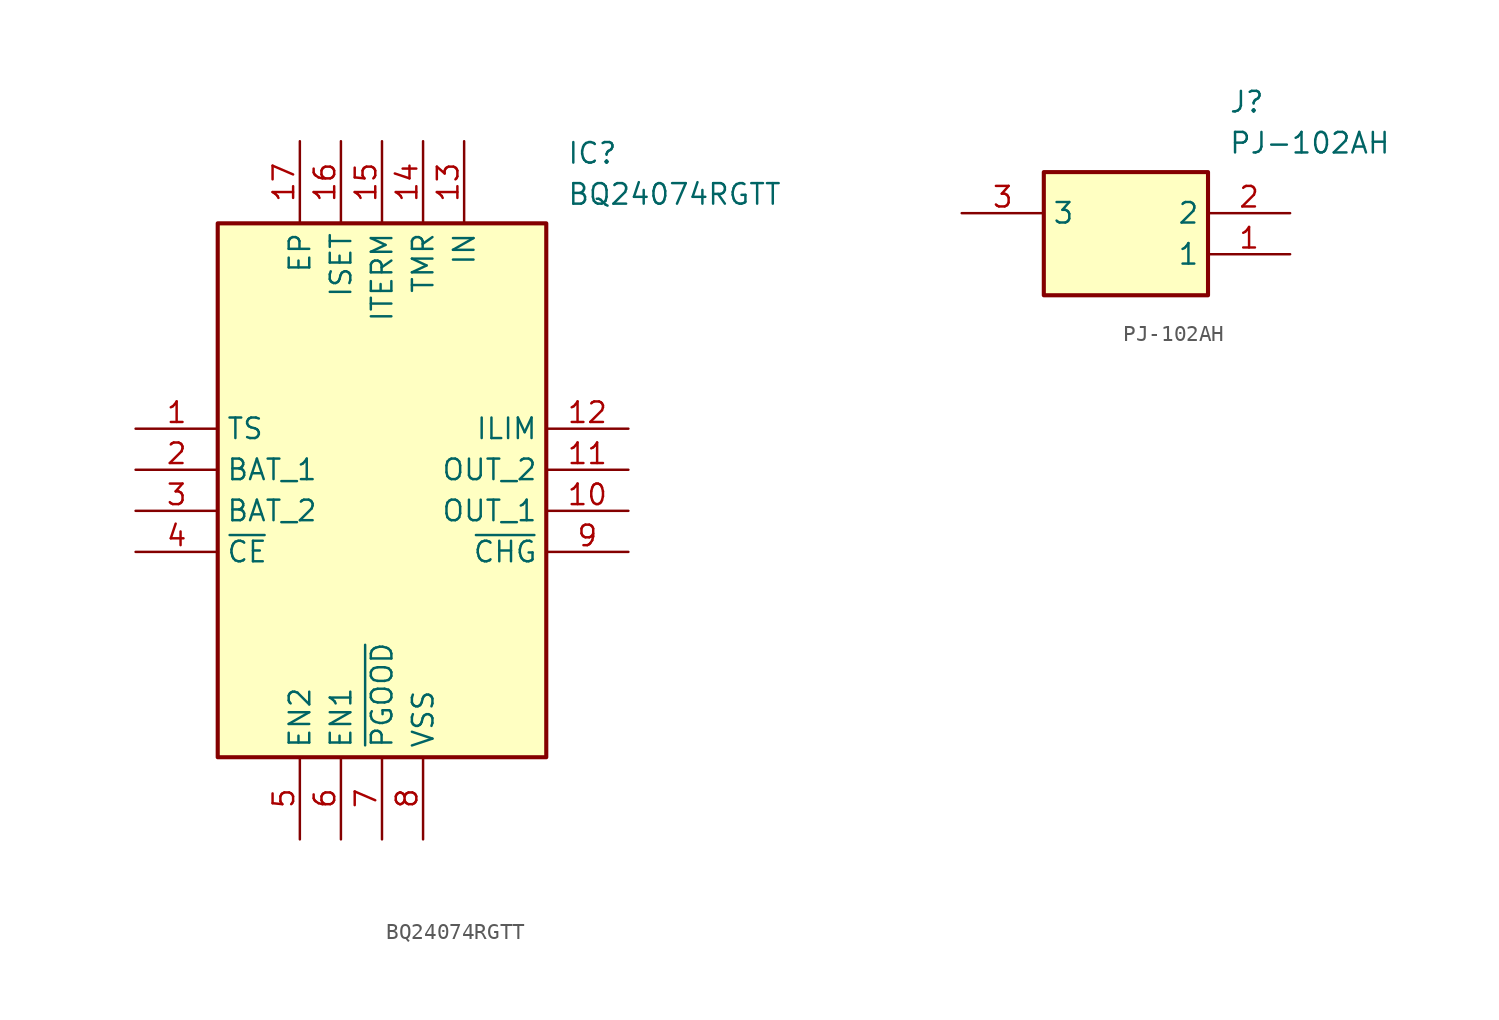
<source format=kicad_sym>
(kicad_symbol_lib
  (version 20220914)
  (generator kicad_symbol_editor)
  (symbol "BQ24074RGTT"
    (property "Reference" "IC"
      (at 26.67 17.78 0)
      (effects (font (size 1.27 1.27)) (justify left top)))
    (property "Value" "BQ24074RGTT"
      (at 26.67 15.24 0)
      (effects (font (size 1.27 1.27)) (justify left top)))
    (symbol "BQ24074RGTT_1_1"
      (rectangle (start 5.08 12.7) (end 25.4 -20.32) (stroke (width 0.254) (type default)) (fill (type background)))
      (pin passive line (at 0 0 0) (length 5.08) (name "TS" (effects (font (size 1.27 1.27)))) (number "1" (effects (font (size 1.27 1.27)))))
      (pin passive line (at 30.48 -5.08 180) (length 5.08) (name "OUT_1" (effects (font (size 1.27 1.27)))) (number "10" (effects (font (size 1.27 1.27)))))
      (pin passive line (at 30.48 -2.54 180) (length 5.08) (name "OUT_2" (effects (font (size 1.27 1.27)))) (number "11" (effects (font (size 1.27 1.27)))))
      (pin passive line (at 30.48 0 180) (length 5.08) (name "ILIM" (effects (font (size 1.27 1.27)))) (number "12" (effects (font (size 1.27 1.27)))))
      (pin passive line (at 20.32 17.78 270) (length 5.08) (name "IN" (effects (font (size 1.27 1.27)))) (number "13" (effects (font (size 1.27 1.27)))))
      (pin passive line (at 17.78 17.78 270) (length 5.08) (name "TMR" (effects (font (size 1.27 1.27)))) (number "14" (effects (font (size 1.27 1.27)))))
      (pin passive line (at 15.24 17.78 270) (length 5.08) (name "ITERM" (effects (font (size 1.27 1.27)))) (number "15" (effects (font (size 1.27 1.27)))))
      (pin passive line (at 12.7 17.78 270) (length 5.08) (name "ISET" (effects (font (size 1.27 1.27)))) (number "16" (effects (font (size 1.27 1.27)))))
      (pin passive line (at 10.16 17.78 270) (length 5.08) (name "EP" (effects (font (size 1.27 1.27)))) (number "17" (effects (font (size 1.27 1.27)))))
      (pin passive line (at 0 -2.54 0) (length 5.08) (name "BAT_1" (effects (font (size 1.27 1.27)))) (number "2" (effects (font (size 1.27 1.27)))))
      (pin passive line (at 0 -5.08 0) (length 5.08) (name "BAT_2" (effects (font (size 1.27 1.27)))) (number "3" (effects (font (size 1.27 1.27)))))
      (pin passive line (at 0 -7.62 0) (length 5.08) (name "~{CE}" (effects (font (size 1.27 1.27)))) (number "4" (effects (font (size 1.27 1.27)))))
      (pin passive line (at 10.16 -25.4 90) (length 5.08) (name "EN2" (effects (font (size 1.27 1.27)))) (number "5" (effects (font (size 1.27 1.27)))))
      (pin passive line (at 12.7 -25.4 90) (length 5.08) (name "EN1" (effects (font (size 1.27 1.27)))) (number "6" (effects (font (size 1.27 1.27)))))
      (pin passive line (at 15.24 -25.4 90) (length 5.08) (name "~{PGOOD}" (effects (font (size 1.27 1.27)))) (number "7" (effects (font (size 1.27 1.27)))))
      (pin passive line (at 17.78 -25.4 90) (length 5.08) (name "VSS" (effects (font (size 1.27 1.27)))) (number "8" (effects (font (size 1.27 1.27)))))
      (pin passive line (at 30.48 -7.62 180) (length 5.08) (name "~{CHG}" (effects (font (size 1.27 1.27)))) (number "9" (effects (font (size 1.27 1.27)))))))
  (symbol "PJ-102AH"
    (property "Reference" "J"
      (at 16.51 7.62 0)
      (effects (font (size 1.27 1.27)) (justify left top)))
    (property "Value" "PJ-102AH"
      (at 16.51 5.08 0)
      (effects (font (size 1.27 1.27)) (justify left top)))
    (symbol "PJ-102AH_1_1"
      (rectangle (start 5.08 2.54) (end 15.24 -5.08) (stroke (width 0.254) (type default)) (fill (type background)))
      (pin passive line (at 20.32 -2.54 180) (length 5.08) (name "1" (effects (font (size 1.27 1.27)))) (number "1" (effects (font (size 1.27 1.27)))))
      (pin passive line (at 20.32 0 180) (length 5.08) (name "2" (effects (font (size 1.27 1.27)))) (number "2" (effects (font (size 1.27 1.27)))))
      (pin passive line (at 0 0 0) (length 5.08) (name "3" (effects (font (size 1.27 1.27)))) (number "3" (effects (font (size 1.27 1.27))))))))
</source>
